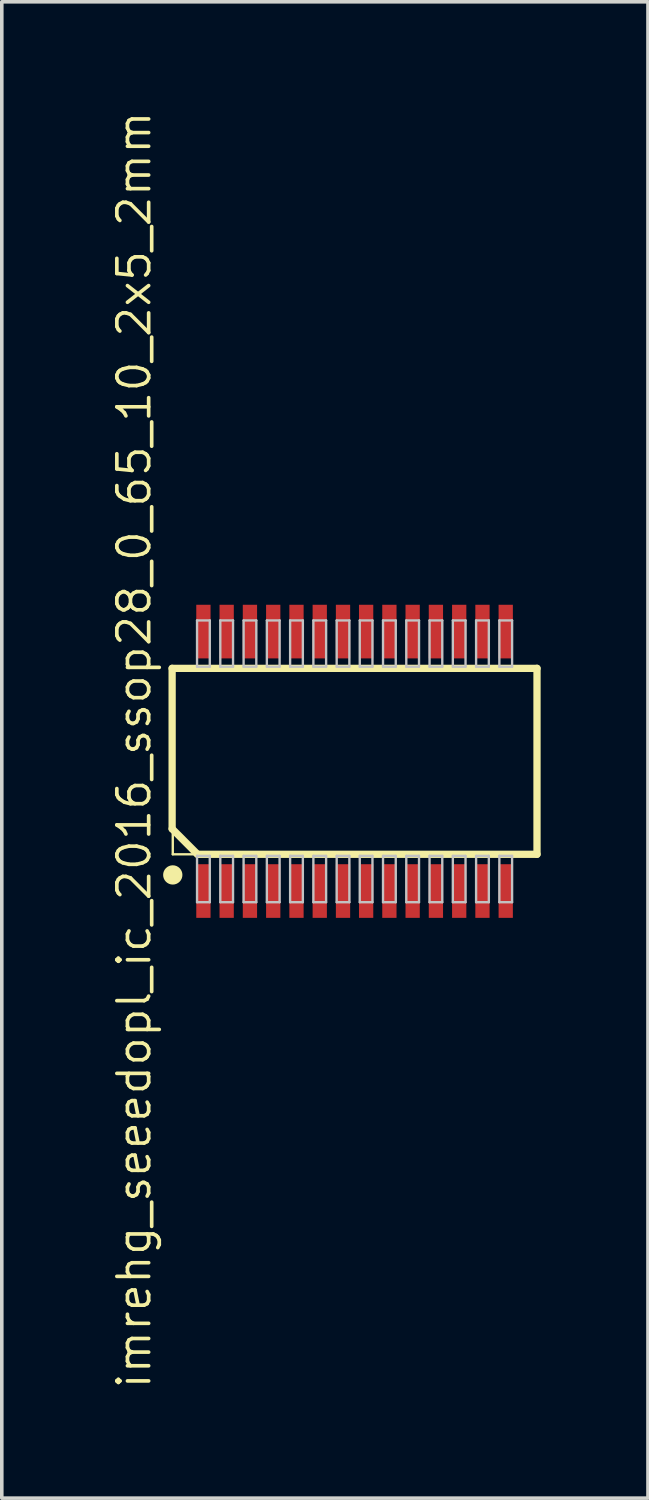
<source format=kicad_pcb>
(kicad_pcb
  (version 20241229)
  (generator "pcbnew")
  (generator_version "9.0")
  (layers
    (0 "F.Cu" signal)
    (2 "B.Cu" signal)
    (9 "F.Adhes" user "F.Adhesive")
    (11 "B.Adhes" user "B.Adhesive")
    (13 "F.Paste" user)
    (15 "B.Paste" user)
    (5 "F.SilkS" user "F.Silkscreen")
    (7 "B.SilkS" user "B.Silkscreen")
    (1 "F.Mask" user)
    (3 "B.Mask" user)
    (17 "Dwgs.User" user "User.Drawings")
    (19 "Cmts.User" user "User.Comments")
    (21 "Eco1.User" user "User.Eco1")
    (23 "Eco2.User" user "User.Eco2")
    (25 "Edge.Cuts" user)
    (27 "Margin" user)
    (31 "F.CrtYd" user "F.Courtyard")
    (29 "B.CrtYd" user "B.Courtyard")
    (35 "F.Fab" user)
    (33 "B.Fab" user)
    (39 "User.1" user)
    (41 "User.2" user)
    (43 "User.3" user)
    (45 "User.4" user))
  (footprint "imrehg_seeedopl_ic_2016_ssop28_0_65_10_2x5_2mm"
    (layer "F.Cu")
    (at 6.858 18.224)
    (property "Reference" "imrehg_seeedopl_ic_2016_ssop28_0_65_10_2x5_2mm" (at -6.16 -0.318 90) (layer "F.SilkS") (effects (font (size 0.889 0.889) (thickness 0.102))))
    (attr smd)
    (fp_line (start -5.098 -2.598) (end -5.098 1.887) (stroke (width 0.203) (type solid)) (layer "F.SilkS"))
    (fp_line (start -5.098 1.887) (end -4.389 2.598) (stroke (width 0.203) (type solid)) (layer "F.SilkS"))
    (fp_line (start -5.08 -2.598) (end 5.08 -2.598) (stroke (width 0.066) (type solid)) (layer "F.SilkS"))
    (fp_line (start -5.08 2.598) (end -5.08 -2.598) (stroke (width 0.066) (type solid)) (layer "F.SilkS"))
    (fp_line (start -5.08 2.598) (end 5.08 2.598) (stroke (width 0.066) (type solid)) (layer "F.SilkS"))
    (fp_line (start -4.389 2.598) (end 5.098 2.598) (stroke (width 0.203) (type solid)) (layer "F.SilkS"))
    (fp_line (start 5.08 2.598) (end 5.08 -2.598) (stroke (width 0.066) (type solid)) (layer "F.SilkS"))
    (fp_line (start 5.098 -2.598) (end -5.098 -2.598) (stroke (width 0.203) (type solid)) (layer "F.SilkS"))
    (fp_line (start 5.098 2.598) (end 5.098 -2.598) (stroke (width 0.203) (type solid)) (layer "F.SilkS"))
    (fp_circle (center -5.08 3.175) (end -5.271 3.365) (stroke (width 0) (type solid)) (fill yes) (layer "F.SilkS"))
    (fp_line (start -4.402 -3.937) (end -4.046 -3.937) (stroke (width 0.066) (type solid)) (layer "Dwgs.User"))
    (fp_line (start -4.402 -2.642) (end -4.402 -3.937) (stroke (width 0.066) (type solid)) (layer "Dwgs.User"))
    (fp_line (start -4.402 -2.642) (end -4.046 -2.642) (stroke (width 0.066) (type solid)) (layer "Dwgs.User"))
    (fp_line (start -4.402 2.642) (end -4.046 2.642) (stroke (width 0.066) (type solid)) (layer "Dwgs.User"))
    (fp_line (start -4.402 3.937) (end -4.402 2.642) (stroke (width 0.066) (type solid)) (layer "Dwgs.User"))
    (fp_line (start -4.402 3.937) (end -4.046 3.937) (stroke (width 0.066) (type solid)) (layer "Dwgs.User"))
    (fp_line (start -4.046 -2.642) (end -4.046 -3.937) (stroke (width 0.066) (type solid)) (layer "Dwgs.User"))
    (fp_line (start -4.046 3.937) (end -4.046 2.642) (stroke (width 0.066) (type solid)) (layer "Dwgs.User"))
    (fp_line (start -3.752 -3.937) (end -3.396 -3.937) (stroke (width 0.066) (type solid)) (layer "Dwgs.User"))
    (fp_line (start -3.752 -2.642) (end -3.752 -3.937) (stroke (width 0.066) (type solid)) (layer "Dwgs.User"))
    (fp_line (start -3.752 -2.642) (end -3.396 -2.642) (stroke (width 0.066) (type solid)) (layer "Dwgs.User"))
    (fp_line (start -3.752 2.642) (end -3.396 2.642) (stroke (width 0.066) (type solid)) (layer "Dwgs.User"))
    (fp_line (start -3.752 3.937) (end -3.752 2.642) (stroke (width 0.066) (type solid)) (layer "Dwgs.User"))
    (fp_line (start -3.752 3.937) (end -3.396 3.937) (stroke (width 0.066) (type solid)) (layer "Dwgs.User"))
    (fp_line (start -3.396 -2.642) (end -3.396 -3.937) (stroke (width 0.066) (type solid)) (layer "Dwgs.User"))
    (fp_line (start -3.396 3.937) (end -3.396 2.642) (stroke (width 0.066) (type solid)) (layer "Dwgs.User"))
    (fp_line (start -3.101 -3.937) (end -2.746 -3.937) (stroke (width 0.066) (type solid)) (layer "Dwgs.User"))
    (fp_line (start -3.101 -2.642) (end -3.101 -3.937) (stroke (width 0.066) (type solid)) (layer "Dwgs.User"))
    (fp_line (start -3.101 -2.642) (end -2.746 -2.642) (stroke (width 0.066) (type solid)) (layer "Dwgs.User"))
    (fp_line (start -3.101 2.642) (end -2.746 2.642) (stroke (width 0.066) (type solid)) (layer "Dwgs.User"))
    (fp_line (start -3.101 3.937) (end -3.101 2.642) (stroke (width 0.066) (type solid)) (layer "Dwgs.User"))
    (fp_line (start -3.101 3.937) (end -2.746 3.937) (stroke (width 0.066) (type solid)) (layer "Dwgs.User"))
    (fp_line (start -2.746 -2.642) (end -2.746 -3.937) (stroke (width 0.066) (type solid)) (layer "Dwgs.User"))
    (fp_line (start -2.746 3.937) (end -2.746 2.642) (stroke (width 0.066) (type solid)) (layer "Dwgs.User"))
    (fp_line (start -2.451 -3.937) (end -2.095 -3.937) (stroke (width 0.066) (type solid)) (layer "Dwgs.User"))
    (fp_line (start -2.451 -2.642) (end -2.451 -3.937) (stroke (width 0.066) (type solid)) (layer "Dwgs.User"))
    (fp_line (start -2.451 -2.642) (end -2.095 -2.642) (stroke (width 0.066) (type solid)) (layer "Dwgs.User"))
    (fp_line (start -2.451 2.642) (end -2.095 2.642) (stroke (width 0.066) (type solid)) (layer "Dwgs.User"))
    (fp_line (start -2.451 3.937) (end -2.451 2.642) (stroke (width 0.066) (type solid)) (layer "Dwgs.User"))
    (fp_line (start -2.451 3.937) (end -2.095 3.937) (stroke (width 0.066) (type solid)) (layer "Dwgs.User"))
    (fp_line (start -2.095 -2.642) (end -2.095 -3.937) (stroke (width 0.066) (type solid)) (layer "Dwgs.User"))
    (fp_line (start -2.095 3.937) (end -2.095 2.642) (stroke (width 0.066) (type solid)) (layer "Dwgs.User"))
    (fp_line (start -1.801 -3.937) (end -1.445 -3.937) (stroke (width 0.066) (type solid)) (layer "Dwgs.User"))
    (fp_line (start -1.801 -2.642) (end -1.801 -3.937) (stroke (width 0.066) (type solid)) (layer "Dwgs.User"))
    (fp_line (start -1.801 -2.642) (end -1.445 -2.642) (stroke (width 0.066) (type solid)) (layer "Dwgs.User"))
    (fp_line (start -1.801 2.642) (end -1.445 2.642) (stroke (width 0.066) (type solid)) (layer "Dwgs.User"))
    (fp_line (start -1.801 3.937) (end -1.801 2.642) (stroke (width 0.066) (type solid)) (layer "Dwgs.User"))
    (fp_line (start -1.801 3.937) (end -1.445 3.937) (stroke (width 0.066) (type solid)) (layer "Dwgs.User"))
    (fp_line (start -1.445 -2.642) (end -1.445 -3.937) (stroke (width 0.066) (type solid)) (layer "Dwgs.User"))
    (fp_line (start -1.445 3.937) (end -1.445 2.642) (stroke (width 0.066) (type solid)) (layer "Dwgs.User"))
    (fp_line (start -1.151 -3.937) (end -0.795 -3.937) (stroke (width 0.066) (type solid)) (layer "Dwgs.User"))
    (fp_line (start -1.151 -2.642) (end -1.151 -3.937) (stroke (width 0.066) (type solid)) (layer "Dwgs.User"))
    (fp_line (start -1.151 -2.642) (end -0.795 -2.642) (stroke (width 0.066) (type solid)) (layer "Dwgs.User"))
    (fp_line (start -1.151 2.642) (end -0.795 2.642) (stroke (width 0.066) (type solid)) (layer "Dwgs.User"))
    (fp_line (start -1.151 3.937) (end -1.151 2.642) (stroke (width 0.066) (type solid)) (layer "Dwgs.User"))
    (fp_line (start -1.151 3.937) (end -0.795 3.937) (stroke (width 0.066) (type solid)) (layer "Dwgs.User"))
    (fp_line (start -0.795 -2.642) (end -0.795 -3.937) (stroke (width 0.066) (type solid)) (layer "Dwgs.User"))
    (fp_line (start -0.795 3.937) (end -0.795 2.642) (stroke (width 0.066) (type solid)) (layer "Dwgs.User"))
    (fp_line (start -0.5 -3.937) (end -0.145 -3.937) (stroke (width 0.066) (type solid)) (layer "Dwgs.User"))
    (fp_line (start -0.5 -2.642) (end -0.5 -3.937) (stroke (width 0.066) (type solid)) (layer "Dwgs.User"))
    (fp_line (start -0.5 -2.642) (end -0.145 -2.642) (stroke (width 0.066) (type solid)) (layer "Dwgs.User"))
    (fp_line (start -0.5 2.642) (end -0.145 2.642) (stroke (width 0.066) (type solid)) (layer "Dwgs.User"))
    (fp_line (start -0.5 3.937) (end -0.5 2.642) (stroke (width 0.066) (type solid)) (layer "Dwgs.User"))
    (fp_line (start -0.5 3.937) (end -0.145 3.937) (stroke (width 0.066) (type solid)) (layer "Dwgs.User"))
    (fp_line (start -0.145 -2.642) (end -0.145 -3.937) (stroke (width 0.066) (type solid)) (layer "Dwgs.User"))
    (fp_line (start -0.145 3.937) (end -0.145 2.642) (stroke (width 0.066) (type solid)) (layer "Dwgs.User"))
    (fp_line (start 0.145 -3.937) (end 0.5 -3.937) (stroke (width 0.066) (type solid)) (layer "Dwgs.User"))
    (fp_line (start 0.145 -2.642) (end 0.145 -3.937) (stroke (width 0.066) (type solid)) (layer "Dwgs.User"))
    (fp_line (start 0.145 -2.642) (end 0.5 -2.642) (stroke (width 0.066) (type solid)) (layer "Dwgs.User"))
    (fp_line (start 0.145 2.642) (end 0.5 2.642) (stroke (width 0.066) (type solid)) (layer "Dwgs.User"))
    (fp_line (start 0.145 3.937) (end 0.145 2.642) (stroke (width 0.066) (type solid)) (layer "Dwgs.User"))
    (fp_line (start 0.145 3.937) (end 0.5 3.937) (stroke (width 0.066) (type solid)) (layer "Dwgs.User"))
    (fp_line (start 0.5 -2.642) (end 0.5 -3.937) (stroke (width 0.066) (type solid)) (layer "Dwgs.User"))
    (fp_line (start 0.5 3.937) (end 0.5 2.642) (stroke (width 0.066) (type solid)) (layer "Dwgs.User"))
    (fp_line (start 0.795 -3.937) (end 1.151 -3.937) (stroke (width 0.066) (type solid)) (layer "Dwgs.User"))
    (fp_line (start 0.795 -2.642) (end 0.795 -3.937) (stroke (width 0.066) (type solid)) (layer "Dwgs.User"))
    (fp_line (start 0.795 -2.642) (end 1.151 -2.642) (stroke (width 0.066) (type solid)) (layer "Dwgs.User"))
    (fp_line (start 0.795 2.642) (end 1.151 2.642) (stroke (width 0.066) (type solid)) (layer "Dwgs.User"))
    (fp_line (start 0.795 3.937) (end 0.795 2.642) (stroke (width 0.066) (type solid)) (layer "Dwgs.User"))
    (fp_line (start 0.795 3.937) (end 1.151 3.937) (stroke (width 0.066) (type solid)) (layer "Dwgs.User"))
    (fp_line (start 1.151 -2.642) (end 1.151 -3.937) (stroke (width 0.066) (type solid)) (layer "Dwgs.User"))
    (fp_line (start 1.151 3.937) (end 1.151 2.642) (stroke (width 0.066) (type solid)) (layer "Dwgs.User"))
    (fp_line (start 1.445 -3.937) (end 1.801 -3.937) (stroke (width 0.066) (type solid)) (layer "Dwgs.User"))
    (fp_line (start 1.445 -2.642) (end 1.445 -3.937) (stroke (width 0.066) (type solid)) (layer "Dwgs.User"))
    (fp_line (start 1.445 -2.642) (end 1.801 -2.642) (stroke (width 0.066) (type solid)) (layer "Dwgs.User"))
    (fp_line (start 1.445 2.642) (end 1.801 2.642) (stroke (width 0.066) (type solid)) (layer "Dwgs.User"))
    (fp_line (start 1.445 3.937) (end 1.445 2.642) (stroke (width 0.066) (type solid)) (layer "Dwgs.User"))
    (fp_line (start 1.445 3.937) (end 1.801 3.937) (stroke (width 0.066) (type solid)) (layer "Dwgs.User"))
    (fp_line (start 1.801 -2.642) (end 1.801 -3.937) (stroke (width 0.066) (type solid)) (layer "Dwgs.User"))
    (fp_line (start 1.801 3.937) (end 1.801 2.642) (stroke (width 0.066) (type solid)) (layer "Dwgs.User"))
    (fp_line (start 2.095 -3.937) (end 2.451 -3.937) (stroke (width 0.066) (type solid)) (layer "Dwgs.User"))
    (fp_line (start 2.095 -2.642) (end 2.095 -3.937) (stroke (width 0.066) (type solid)) (layer "Dwgs.User"))
    (fp_line (start 2.095 -2.642) (end 2.451 -2.642) (stroke (width 0.066) (type solid)) (layer "Dwgs.User"))
    (fp_line (start 2.095 2.642) (end 2.451 2.642) (stroke (width 0.066) (type solid)) (layer "Dwgs.User"))
    (fp_line (start 2.095 3.937) (end 2.095 2.642) (stroke (width 0.066) (type solid)) (layer "Dwgs.User"))
    (fp_line (start 2.095 3.937) (end 2.451 3.937) (stroke (width 0.066) (type solid)) (layer "Dwgs.User"))
    (fp_line (start 2.451 -2.642) (end 2.451 -3.937) (stroke (width 0.066) (type solid)) (layer "Dwgs.User"))
    (fp_line (start 2.451 3.937) (end 2.451 2.642) (stroke (width 0.066) (type solid)) (layer "Dwgs.User"))
    (fp_line (start 2.746 -3.937) (end 3.101 -3.937) (stroke (width 0.066) (type solid)) (layer "Dwgs.User"))
    (fp_line (start 2.746 -2.642) (end 2.746 -3.937) (stroke (width 0.066) (type solid)) (layer "Dwgs.User"))
    (fp_line (start 2.746 -2.642) (end 3.101 -2.642) (stroke (width 0.066) (type solid)) (layer "Dwgs.User"))
    (fp_line (start 2.746 2.642) (end 3.101 2.642) (stroke (width 0.066) (type solid)) (layer "Dwgs.User"))
    (fp_line (start 2.746 3.937) (end 2.746 2.642) (stroke (width 0.066) (type solid)) (layer "Dwgs.User"))
    (fp_line (start 2.746 3.937) (end 3.101 3.937) (stroke (width 0.066) (type solid)) (layer "Dwgs.User"))
    (fp_line (start 3.101 -2.642) (end 3.101 -3.937) (stroke (width 0.066) (type solid)) (layer "Dwgs.User"))
    (fp_line (start 3.101 3.937) (end 3.101 2.642) (stroke (width 0.066) (type solid)) (layer "Dwgs.User"))
    (fp_line (start 3.396 -3.937) (end 3.752 -3.937) (stroke (width 0.066) (type solid)) (layer "Dwgs.User"))
    (fp_line (start 3.396 -2.642) (end 3.396 -3.937) (stroke (width 0.066) (type solid)) (layer "Dwgs.User"))
    (fp_line (start 3.396 -2.642) (end 3.752 -2.642) (stroke (width 0.066) (type solid)) (layer "Dwgs.User"))
    (fp_line (start 3.396 2.642) (end 3.752 2.642) (stroke (width 0.066) (type solid)) (layer "Dwgs.User"))
    (fp_line (start 3.396 3.937) (end 3.396 2.642) (stroke (width 0.066) (type solid)) (layer "Dwgs.User"))
    (fp_line (start 3.396 3.937) (end 3.752 3.937) (stroke (width 0.066) (type solid)) (layer "Dwgs.User"))
    (fp_line (start 3.752 -2.642) (end 3.752 -3.937) (stroke (width 0.066) (type solid)) (layer "Dwgs.User"))
    (fp_line (start 3.752 3.937) (end 3.752 2.642) (stroke (width 0.066) (type solid)) (layer "Dwgs.User"))
    (fp_line (start 4.046 -3.937) (end 4.402 -3.937) (stroke (width 0.066) (type solid)) (layer "Dwgs.User"))
    (fp_line (start 4.046 -2.642) (end 4.046 -3.937) (stroke (width 0.066) (type solid)) (layer "Dwgs.User"))
    (fp_line (start 4.046 -2.642) (end 4.402 -2.642) (stroke (width 0.066) (type solid)) (layer "Dwgs.User"))
    (fp_line (start 4.046 2.642) (end 4.402 2.642) (stroke (width 0.066) (type solid)) (layer "Dwgs.User"))
    (fp_line (start 4.046 3.937) (end 4.046 2.642) (stroke (width 0.066) (type solid)) (layer "Dwgs.User"))
    (fp_line (start 4.046 3.937) (end 4.402 3.937) (stroke (width 0.066) (type solid)) (layer "Dwgs.User"))
    (fp_line (start 4.402 -2.642) (end 4.402 -3.937) (stroke (width 0.066) (type solid)) (layer "Dwgs.User"))
    (fp_line (start 4.402 3.937) (end 4.402 2.642) (stroke (width 0.066) (type solid)) (layer "Dwgs.User"))
    (pad "1" smd rect (at -4.224 3.625) (size 0.399 1.499) (layers "F.Cu" "F.Mask" "F.Paste"))
    (pad "2" smd rect (at -3.574 3.625) (size 0.399 1.499) (layers "F.Cu" "F.Mask" "F.Paste"))
    (pad "3" smd rect (at -2.924 3.625) (size 0.399 1.499) (layers "F.Cu" "F.Mask" "F.Paste"))
    (pad "4" smd rect (at -2.273 3.625) (size 0.399 1.499) (layers "F.Cu" "F.Mask" "F.Paste"))
    (pad "5" smd rect (at -1.623 3.625) (size 0.399 1.499) (layers "F.Cu" "F.Mask" "F.Paste"))
    (pad "6" smd rect (at -0.973 3.625) (size 0.399 1.499) (layers "F.Cu" "F.Mask" "F.Paste"))
    (pad "7" smd rect (at -0.323 3.625) (size 0.399 1.499) (layers "F.Cu" "F.Mask" "F.Paste"))
    (pad "8" smd rect (at 0.323 3.625) (size 0.399 1.499) (layers "F.Cu" "F.Mask" "F.Paste"))
    (pad "9" smd rect (at 0.973 3.625) (size 0.399 1.499) (layers "F.Cu" "F.Mask" "F.Paste"))
    (pad "10" smd rect (at 1.623 3.625) (size 0.399 1.499) (layers "F.Cu" "F.Mask" "F.Paste"))
    (pad "11" smd rect (at 2.273 3.625) (size 0.399 1.499) (layers "F.Cu" "F.Mask" "F.Paste"))
    (pad "12" smd rect (at 2.924 3.625) (size 0.399 1.499) (layers "F.Cu" "F.Mask" "F.Paste"))
    (pad "13" smd rect (at 3.574 3.625) (size 0.399 1.499) (layers "F.Cu" "F.Mask" "F.Paste"))
    (pad "14" smd rect (at 4.224 3.625) (size 0.399 1.499) (layers "F.Cu" "F.Mask" "F.Paste"))
    (pad "15" smd rect (at 4.224 -3.625) (size 0.399 1.499) (layers "F.Cu" "F.Mask" "F.Paste"))
    (pad "16" smd rect (at 3.574 -3.625) (size 0.399 1.499) (layers "F.Cu" "F.Mask" "F.Paste"))
    (pad "17" smd rect (at 2.924 -3.625) (size 0.399 1.499) (layers "F.Cu" "F.Mask" "F.Paste"))
    (pad "18" smd rect (at 2.273 -3.625) (size 0.399 1.499) (layers "F.Cu" "F.Mask" "F.Paste"))
    (pad "19" smd rect (at 1.623 -3.625) (size 0.399 1.499) (layers "F.Cu" "F.Mask" "F.Paste"))
    (pad "20" smd rect (at 0.973 -3.625) (size 0.399 1.499) (layers "F.Cu" "F.Mask" "F.Paste"))
    (pad "21" smd rect (at 0.323 -3.625) (size 0.399 1.499) (layers "F.Cu" "F.Mask" "F.Paste"))
    (pad "22" smd rect (at -0.323 -3.625) (size 0.399 1.499) (layers "F.Cu" "F.Mask" "F.Paste"))
    (pad "23" smd rect (at -0.973 -3.625) (size 0.399 1.499) (layers "F.Cu" "F.Mask" "F.Paste"))
    (pad "24" smd rect (at -1.623 -3.625) (size 0.399 1.499) (layers "F.Cu" "F.Mask" "F.Paste"))
    (pad "25" smd rect (at -2.273 -3.625) (size 0.399 1.499) (layers "F.Cu" "F.Mask" "F.Paste"))
    (pad "26" smd rect (at -2.924 -3.625) (size 0.399 1.499) (layers "F.Cu" "F.Mask" "F.Paste"))
    (pad "27" smd rect (at -3.574 -3.625) (size 0.399 1.499) (layers "F.Cu" "F.Mask" "F.Paste"))
    (pad "28" smd rect (at -4.224 -3.625) (size 0.399 1.499) (layers "F.Cu" "F.Mask" "F.Paste")))
  (gr_rect
    (start -3 -3)
    (end 15.057 38.814)
    (stroke (width 0.1) (type default))
    (fill no)
    (layer "Edge.Cuts")))
</source>
